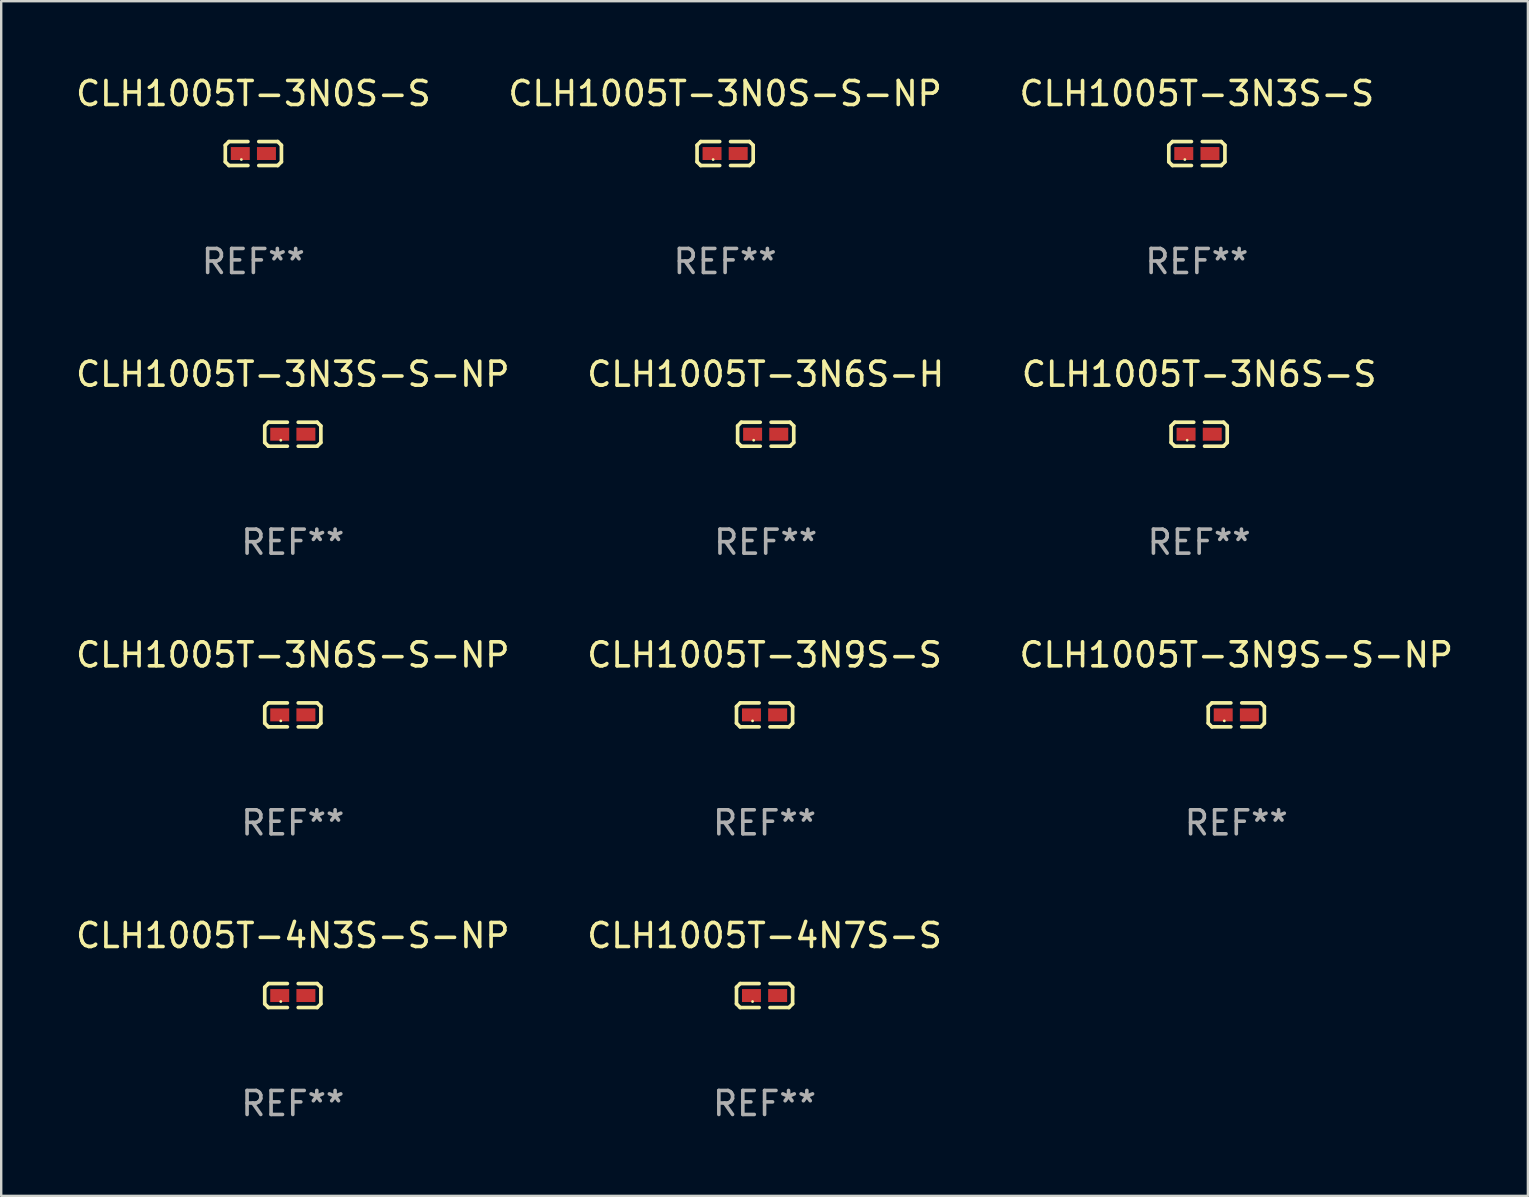
<source format=kicad_pcb>
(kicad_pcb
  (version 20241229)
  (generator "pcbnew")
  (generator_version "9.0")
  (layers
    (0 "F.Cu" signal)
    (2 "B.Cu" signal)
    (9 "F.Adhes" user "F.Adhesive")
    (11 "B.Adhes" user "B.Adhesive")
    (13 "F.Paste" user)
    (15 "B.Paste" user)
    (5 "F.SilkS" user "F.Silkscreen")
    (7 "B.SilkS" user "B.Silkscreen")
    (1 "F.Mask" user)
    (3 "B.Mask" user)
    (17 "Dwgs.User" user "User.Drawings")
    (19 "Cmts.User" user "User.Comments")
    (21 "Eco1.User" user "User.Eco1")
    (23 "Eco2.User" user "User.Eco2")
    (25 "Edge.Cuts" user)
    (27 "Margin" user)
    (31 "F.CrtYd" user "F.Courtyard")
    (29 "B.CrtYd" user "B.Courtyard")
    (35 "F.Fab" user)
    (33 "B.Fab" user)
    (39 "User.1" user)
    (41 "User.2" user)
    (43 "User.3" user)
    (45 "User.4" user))
  (footprint "CLH1005T-3N9S-S-NP"
    (layer "F.Cu")
    (at 48.458 26.734)
    (property "Reference" "CLH1005T-3N9S-S-NP" (at 0 -2.499 0) (layer "F.SilkS") (effects (font (size 1 1) (thickness 0.15))))
    (attr through_hole)
    (fp_line (start -1.169 -0.346) (end -1.016 -0.499) (stroke (width 0.152) (type solid)) (layer "F.SilkS"))
    (fp_line (start -1.169 0.346) (end -1.169 -0.346) (stroke (width 0.152) (type solid)) (layer "F.SilkS"))
    (fp_line (start -1.016 -0.499) (end -0.226 -0.499) (stroke (width 0.152) (type solid)) (layer "F.SilkS"))
    (fp_line (start -1.016 0.499) (end -1.169 0.346) (stroke (width 0.152) (type solid)) (layer "F.SilkS"))
    (fp_line (start -0.226 0.499) (end -1.016 0.499) (stroke (width 0.152) (type solid)) (layer "F.SilkS"))
    (fp_line (start 0.226 0.499) (end 1.016 0.499) (stroke (width 0.152) (type solid)) (layer "F.SilkS"))
    (fp_line (start 1.016 -0.499) (end 0.226 -0.499) (stroke (width 0.152) (type solid)) (layer "F.SilkS"))
    (fp_line (start 1.016 0.499) (end 1.169 0.346) (stroke (width 0.152) (type solid)) (layer "F.SilkS"))
    (fp_line (start 1.169 -0.346) (end 1.016 -0.499) (stroke (width 0.152) (type solid)) (layer "F.SilkS"))
    (fp_line (start 1.169 0.346) (end 1.169 -0.346) (stroke (width 0.152) (type solid)) (layer "F.SilkS"))
    (fp_circle (center -0.5 0.25) (end -0.47 0.25) (stroke (width 0.06) (type solid)) (fill no) (layer "F.SilkS"))
    (fp_text user "REF**" (at 0 4.499 0) (layer "F.Fab") (effects (font (size 1 1) (thickness 0.15))))
    (pad "1" smd rect (at -0.545 0) (size 0.79 0.54) (layers "F.Cu" "F.Mask" "F.Paste"))
    (pad "2" smd rect (at 0.545 0) (size 0.79 0.54) (layers "F.Cu" "F.Mask" "F.Paste")))
  (footprint "CLH1005T-4N7S-S"
    (layer "F.Cu")
    (at 28.804 38.428)
    (property "Reference" "CLH1005T-4N7S-S" (at 0 -2.499 0) (layer "F.SilkS") (effects (font (size 1 1) (thickness 0.15))))
    (attr through_hole)
    (fp_line (start -1.169 -0.346) (end -1.016 -0.499) (stroke (width 0.152) (type solid)) (layer "F.SilkS"))
    (fp_line (start -1.169 0.346) (end -1.169 -0.346) (stroke (width 0.152) (type solid)) (layer "F.SilkS"))
    (fp_line (start -1.016 -0.499) (end -0.226 -0.499) (stroke (width 0.152) (type solid)) (layer "F.SilkS"))
    (fp_line (start -1.016 0.499) (end -1.169 0.346) (stroke (width 0.152) (type solid)) (layer "F.SilkS"))
    (fp_line (start -0.226 0.499) (end -1.016 0.499) (stroke (width 0.152) (type solid)) (layer "F.SilkS"))
    (fp_line (start 0.226 0.499) (end 1.016 0.499) (stroke (width 0.152) (type solid)) (layer "F.SilkS"))
    (fp_line (start 1.016 -0.499) (end 0.226 -0.499) (stroke (width 0.152) (type solid)) (layer "F.SilkS"))
    (fp_line (start 1.016 0.499) (end 1.169 0.346) (stroke (width 0.152) (type solid)) (layer "F.SilkS"))
    (fp_line (start 1.169 -0.346) (end 1.016 -0.499) (stroke (width 0.152) (type solid)) (layer "F.SilkS"))
    (fp_line (start 1.169 0.346) (end 1.169 -0.346) (stroke (width 0.152) (type solid)) (layer "F.SilkS"))
    (fp_circle (center -0.5 0.25) (end -0.47 0.25) (stroke (width 0.06) (type solid)) (fill no) (layer "F.SilkS"))
    (fp_text user "REF**" (at 0 4.499 0) (layer "F.Fab") (effects (font (size 1 1) (thickness 0.15))))
    (pad "1" smd rect (at -0.545 0) (size 0.79 0.54) (layers "F.Cu" "F.Mask" "F.Paste"))
    (pad "2" smd rect (at 0.545 0) (size 0.79 0.54) (layers "F.Cu" "F.Mask" "F.Paste")))
  (footprint "CLH1005T-3N3S-S-NP"
    (layer "F.Cu")
    (at 9.149 15.041)
    (property "Reference" "CLH1005T-3N3S-S-NP" (at 0 -2.499 0) (layer "F.SilkS") (effects (font (size 1 1) (thickness 0.15))))
    (attr through_hole)
    (fp_line (start -1.169 -0.346) (end -1.016 -0.499) (stroke (width 0.152) (type solid)) (layer "F.SilkS"))
    (fp_line (start -1.169 0.346) (end -1.169 -0.346) (stroke (width 0.152) (type solid)) (layer "F.SilkS"))
    (fp_line (start -1.016 -0.499) (end -0.226 -0.499) (stroke (width 0.152) (type solid)) (layer "F.SilkS"))
    (fp_line (start -1.016 0.499) (end -1.169 0.346) (stroke (width 0.152) (type solid)) (layer "F.SilkS"))
    (fp_line (start -0.226 0.499) (end -1.016 0.499) (stroke (width 0.152) (type solid)) (layer "F.SilkS"))
    (fp_line (start 0.226 0.499) (end 1.016 0.499) (stroke (width 0.152) (type solid)) (layer "F.SilkS"))
    (fp_line (start 1.016 -0.499) (end 0.226 -0.499) (stroke (width 0.152) (type solid)) (layer "F.SilkS"))
    (fp_line (start 1.016 0.499) (end 1.169 0.346) (stroke (width 0.152) (type solid)) (layer "F.SilkS"))
    (fp_line (start 1.169 -0.346) (end 1.016 -0.499) (stroke (width 0.152) (type solid)) (layer "F.SilkS"))
    (fp_line (start 1.169 0.346) (end 1.169 -0.346) (stroke (width 0.152) (type solid)) (layer "F.SilkS"))
    (fp_circle (center -0.5 0.25) (end -0.47 0.25) (stroke (width 0.06) (type solid)) (fill no) (layer "F.SilkS"))
    (fp_text user "REF**" (at 0 4.499 0) (layer "F.Fab") (effects (font (size 1 1) (thickness 0.15))))
    (pad "1" smd rect (at -0.545 0) (size 0.79 0.54) (layers "F.Cu" "F.Mask" "F.Paste"))
    (pad "2" smd rect (at 0.545 0) (size 0.79 0.54) (layers "F.Cu" "F.Mask" "F.Paste")))
  (footprint "CLH1005T-4N3S-S-NP"
    (layer "F.Cu")
    (at 9.149 38.428)
    (property "Reference" "CLH1005T-4N3S-S-NP" (at 0 -2.499 0) (layer "F.SilkS") (effects (font (size 1 1) (thickness 0.15))))
    (attr through_hole)
    (fp_line (start -1.169 -0.346) (end -1.016 -0.499) (stroke (width 0.152) (type solid)) (layer "F.SilkS"))
    (fp_line (start -1.169 0.346) (end -1.169 -0.346) (stroke (width 0.152) (type solid)) (layer "F.SilkS"))
    (fp_line (start -1.016 -0.499) (end -0.226 -0.499) (stroke (width 0.152) (type solid)) (layer "F.SilkS"))
    (fp_line (start -1.016 0.499) (end -1.169 0.346) (stroke (width 0.152) (type solid)) (layer "F.SilkS"))
    (fp_line (start -0.226 0.499) (end -1.016 0.499) (stroke (width 0.152) (type solid)) (layer "F.SilkS"))
    (fp_line (start 0.226 0.499) (end 1.016 0.499) (stroke (width 0.152) (type solid)) (layer "F.SilkS"))
    (fp_line (start 1.016 -0.499) (end 0.226 -0.499) (stroke (width 0.152) (type solid)) (layer "F.SilkS"))
    (fp_line (start 1.016 0.499) (end 1.169 0.346) (stroke (width 0.152) (type solid)) (layer "F.SilkS"))
    (fp_line (start 1.169 -0.346) (end 1.016 -0.499) (stroke (width 0.152) (type solid)) (layer "F.SilkS"))
    (fp_line (start 1.169 0.346) (end 1.169 -0.346) (stroke (width 0.152) (type solid)) (layer "F.SilkS"))
    (fp_circle (center -0.5 0.25) (end -0.47 0.25) (stroke (width 0.06) (type solid)) (fill no) (layer "F.SilkS"))
    (fp_text user "REF**" (at 0 4.499 0) (layer "F.Fab") (effects (font (size 1 1) (thickness 0.15))))
    (pad "1" smd rect (at -0.545 0) (size 0.79 0.54) (layers "F.Cu" "F.Mask" "F.Paste"))
    (pad "2" smd rect (at 0.545 0) (size 0.79 0.54) (layers "F.Cu" "F.Mask" "F.Paste")))
  (footprint "CLH1005T-3N6S-S"
    (layer "F.Cu")
    (at 46.911 15.041)
    (property "Reference" "CLH1005T-3N6S-S" (at 0 -2.499 0) (layer "F.SilkS") (effects (font (size 1 1) (thickness 0.15))))
    (attr through_hole)
    (fp_line (start -1.169 -0.346) (end -1.016 -0.499) (stroke (width 0.152) (type solid)) (layer "F.SilkS"))
    (fp_line (start -1.169 0.346) (end -1.169 -0.346) (stroke (width 0.152) (type solid)) (layer "F.SilkS"))
    (fp_line (start -1.016 -0.499) (end -0.226 -0.499) (stroke (width 0.152) (type solid)) (layer "F.SilkS"))
    (fp_line (start -1.016 0.499) (end -1.169 0.346) (stroke (width 0.152) (type solid)) (layer "F.SilkS"))
    (fp_line (start -0.226 0.499) (end -1.016 0.499) (stroke (width 0.152) (type solid)) (layer "F.SilkS"))
    (fp_line (start 0.226 0.499) (end 1.016 0.499) (stroke (width 0.152) (type solid)) (layer "F.SilkS"))
    (fp_line (start 1.016 -0.499) (end 0.226 -0.499) (stroke (width 0.152) (type solid)) (layer "F.SilkS"))
    (fp_line (start 1.016 0.499) (end 1.169 0.346) (stroke (width 0.152) (type solid)) (layer "F.SilkS"))
    (fp_line (start 1.169 -0.346) (end 1.016 -0.499) (stroke (width 0.152) (type solid)) (layer "F.SilkS"))
    (fp_line (start 1.169 0.346) (end 1.169 -0.346) (stroke (width 0.152) (type solid)) (layer "F.SilkS"))
    (fp_circle (center -0.5 0.25) (end -0.47 0.25) (stroke (width 0.06) (type solid)) (fill no) (layer "F.SilkS"))
    (fp_text user "REF**" (at 0 4.499 0) (layer "F.Fab") (effects (font (size 1 1) (thickness 0.15))))
    (pad "1" smd rect (at -0.545 0) (size 0.79 0.54) (layers "F.Cu" "F.Mask" "F.Paste"))
    (pad "2" smd rect (at 0.545 0) (size 0.79 0.54) (layers "F.Cu" "F.Mask" "F.Paste")))
  (footprint "CLH1005T-3N9S-S"
    (layer "F.Cu")
    (at 28.804 26.734)
    (property "Reference" "CLH1005T-3N9S-S" (at 0 -2.499 0) (layer "F.SilkS") (effects (font (size 1 1) (thickness 0.15))))
    (attr through_hole)
    (fp_line (start -1.169 -0.346) (end -1.016 -0.499) (stroke (width 0.152) (type solid)) (layer "F.SilkS"))
    (fp_line (start -1.169 0.346) (end -1.169 -0.346) (stroke (width 0.152) (type solid)) (layer "F.SilkS"))
    (fp_line (start -1.016 -0.499) (end -0.226 -0.499) (stroke (width 0.152) (type solid)) (layer "F.SilkS"))
    (fp_line (start -1.016 0.499) (end -1.169 0.346) (stroke (width 0.152) (type solid)) (layer "F.SilkS"))
    (fp_line (start -0.226 0.499) (end -1.016 0.499) (stroke (width 0.152) (type solid)) (layer "F.SilkS"))
    (fp_line (start 0.226 0.499) (end 1.016 0.499) (stroke (width 0.152) (type solid)) (layer "F.SilkS"))
    (fp_line (start 1.016 -0.499) (end 0.226 -0.499) (stroke (width 0.152) (type solid)) (layer "F.SilkS"))
    (fp_line (start 1.016 0.499) (end 1.169 0.346) (stroke (width 0.152) (type solid)) (layer "F.SilkS"))
    (fp_line (start 1.169 -0.346) (end 1.016 -0.499) (stroke (width 0.152) (type solid)) (layer "F.SilkS"))
    (fp_line (start 1.169 0.346) (end 1.169 -0.346) (stroke (width 0.152) (type solid)) (layer "F.SilkS"))
    (fp_circle (center -0.5 0.25) (end -0.47 0.25) (stroke (width 0.06) (type solid)) (fill no) (layer "F.SilkS"))
    (fp_text user "REF**" (at 0 4.499 0) (layer "F.Fab") (effects (font (size 1 1) (thickness 0.15))))
    (pad "1" smd rect (at -0.545 0) (size 0.79 0.54) (layers "F.Cu" "F.Mask" "F.Paste"))
    (pad "2" smd rect (at 0.545 0) (size 0.79 0.54) (layers "F.Cu" "F.Mask" "F.Paste")))
  (footprint "CLH1005T-3N3S-S"
    (layer "F.Cu")
    (at 46.815 3.347)
    (property "Reference" "CLH1005T-3N3S-S" (at 0 -2.499 0) (layer "F.SilkS") (effects (font (size 1 1) (thickness 0.15))))
    (attr through_hole)
    (fp_line (start -1.169 -0.346) (end -1.016 -0.499) (stroke (width 0.152) (type solid)) (layer "F.SilkS"))
    (fp_line (start -1.169 0.346) (end -1.169 -0.346) (stroke (width 0.152) (type solid)) (layer "F.SilkS"))
    (fp_line (start -1.016 -0.499) (end -0.226 -0.499) (stroke (width 0.152) (type solid)) (layer "F.SilkS"))
    (fp_line (start -1.016 0.499) (end -1.169 0.346) (stroke (width 0.152) (type solid)) (layer "F.SilkS"))
    (fp_line (start -0.226 0.499) (end -1.016 0.499) (stroke (width 0.152) (type solid)) (layer "F.SilkS"))
    (fp_line (start 0.226 0.499) (end 1.016 0.499) (stroke (width 0.152) (type solid)) (layer "F.SilkS"))
    (fp_line (start 1.016 -0.499) (end 0.226 -0.499) (stroke (width 0.152) (type solid)) (layer "F.SilkS"))
    (fp_line (start 1.016 0.499) (end 1.169 0.346) (stroke (width 0.152) (type solid)) (layer "F.SilkS"))
    (fp_line (start 1.169 -0.346) (end 1.016 -0.499) (stroke (width 0.152) (type solid)) (layer "F.SilkS"))
    (fp_line (start 1.169 0.346) (end 1.169 -0.346) (stroke (width 0.152) (type solid)) (layer "F.SilkS"))
    (fp_circle (center -0.5 0.25) (end -0.47 0.25) (stroke (width 0.06) (type solid)) (fill no) (layer "F.SilkS"))
    (fp_text user "REF**" (at 0 4.499 0) (layer "F.Fab") (effects (font (size 1 1) (thickness 0.15))))
    (pad "1" smd rect (at -0.545 0) (size 0.79 0.54) (layers "F.Cu" "F.Mask" "F.Paste"))
    (pad "2" smd rect (at 0.545 0) (size 0.79 0.54) (layers "F.Cu" "F.Mask" "F.Paste")))
  (footprint "CLH1005T-3N0S-S-NP"
    (layer "F.Cu")
    (at 27.161 3.347)
    (property "Reference" "CLH1005T-3N0S-S-NP" (at 0 -2.499 0) (layer "F.SilkS") (effects (font (size 1 1) (thickness 0.15))))
    (attr through_hole)
    (fp_line (start -1.169 -0.346) (end -1.016 -0.499) (stroke (width 0.152) (type solid)) (layer "F.SilkS"))
    (fp_line (start -1.169 0.346) (end -1.169 -0.346) (stroke (width 0.152) (type solid)) (layer "F.SilkS"))
    (fp_line (start -1.016 -0.499) (end -0.226 -0.499) (stroke (width 0.152) (type solid)) (layer "F.SilkS"))
    (fp_line (start -1.016 0.499) (end -1.169 0.346) (stroke (width 0.152) (type solid)) (layer "F.SilkS"))
    (fp_line (start -0.226 0.499) (end -1.016 0.499) (stroke (width 0.152) (type solid)) (layer "F.SilkS"))
    (fp_line (start 0.226 0.499) (end 1.016 0.499) (stroke (width 0.152) (type solid)) (layer "F.SilkS"))
    (fp_line (start 1.016 -0.499) (end 0.226 -0.499) (stroke (width 0.152) (type solid)) (layer "F.SilkS"))
    (fp_line (start 1.016 0.499) (end 1.169 0.346) (stroke (width 0.152) (type solid)) (layer "F.SilkS"))
    (fp_line (start 1.169 -0.346) (end 1.016 -0.499) (stroke (width 0.152) (type solid)) (layer "F.SilkS"))
    (fp_line (start 1.169 0.346) (end 1.169 -0.346) (stroke (width 0.152) (type solid)) (layer "F.SilkS"))
    (fp_circle (center -0.5 0.25) (end -0.47 0.25) (stroke (width 0.06) (type solid)) (fill no) (layer "F.SilkS"))
    (fp_text user "REF**" (at 0 4.499 0) (layer "F.Fab") (effects (font (size 1 1) (thickness 0.15))))
    (pad "1" smd rect (at -0.545 0) (size 0.79 0.54) (layers "F.Cu" "F.Mask" "F.Paste"))
    (pad "2" smd rect (at 0.545 0) (size 0.79 0.54) (layers "F.Cu" "F.Mask" "F.Paste")))
  (footprint "CLH1005T-3N6S-H"
    (layer "F.Cu")
    (at 28.851 15.041)
    (property "Reference" "CLH1005T-3N6S-H" (at 0 -2.499 0) (layer "F.SilkS") (effects (font (size 1 1) (thickness 0.15))))
    (attr through_hole)
    (fp_line (start -1.169 -0.346) (end -1.016 -0.499) (stroke (width 0.152) (type solid)) (layer "F.SilkS"))
    (fp_line (start -1.169 0.346) (end -1.169 -0.346) (stroke (width 0.152) (type solid)) (layer "F.SilkS"))
    (fp_line (start -1.016 -0.499) (end -0.226 -0.499) (stroke (width 0.152) (type solid)) (layer "F.SilkS"))
    (fp_line (start -1.016 0.499) (end -1.169 0.346) (stroke (width 0.152) (type solid)) (layer "F.SilkS"))
    (fp_line (start -0.226 0.499) (end -1.016 0.499) (stroke (width 0.152) (type solid)) (layer "F.SilkS"))
    (fp_line (start 0.226 0.499) (end 1.016 0.499) (stroke (width 0.152) (type solid)) (layer "F.SilkS"))
    (fp_line (start 1.016 -0.499) (end 0.226 -0.499) (stroke (width 0.152) (type solid)) (layer "F.SilkS"))
    (fp_line (start 1.016 0.499) (end 1.169 0.346) (stroke (width 0.152) (type solid)) (layer "F.SilkS"))
    (fp_line (start 1.169 -0.346) (end 1.016 -0.499) (stroke (width 0.152) (type solid)) (layer "F.SilkS"))
    (fp_line (start 1.169 0.346) (end 1.169 -0.346) (stroke (width 0.152) (type solid)) (layer "F.SilkS"))
    (fp_circle (center -0.5 0.25) (end -0.47 0.25) (stroke (width 0.06) (type solid)) (fill no) (layer "F.SilkS"))
    (fp_text user "REF**" (at 0 4.499 0) (layer "F.Fab") (effects (font (size 1 1) (thickness 0.15))))
    (pad "1" smd rect (at -0.545 0) (size 0.79 0.54) (layers "F.Cu" "F.Mask" "F.Paste"))
    (pad "2" smd rect (at 0.545 0) (size 0.79 0.54) (layers "F.Cu" "F.Mask" "F.Paste")))
  (footprint "CLH1005T-3N0S-S"
    (layer "F.Cu")
    (at 7.506 3.347)
    (property "Reference" "CLH1005T-3N0S-S" (at 0 -2.499 0) (layer "F.SilkS") (effects (font (size 1 1) (thickness 0.15))))
    (attr through_hole)
    (fp_line (start -1.169 -0.346) (end -1.016 -0.499) (stroke (width 0.152) (type solid)) (layer "F.SilkS"))
    (fp_line (start -1.169 0.346) (end -1.169 -0.346) (stroke (width 0.152) (type solid)) (layer "F.SilkS"))
    (fp_line (start -1.016 -0.499) (end -0.226 -0.499) (stroke (width 0.152) (type solid)) (layer "F.SilkS"))
    (fp_line (start -1.016 0.499) (end -1.169 0.346) (stroke (width 0.152) (type solid)) (layer "F.SilkS"))
    (fp_line (start -0.226 0.499) (end -1.016 0.499) (stroke (width 0.152) (type solid)) (layer "F.SilkS"))
    (fp_line (start 0.226 0.499) (end 1.016 0.499) (stroke (width 0.152) (type solid)) (layer "F.SilkS"))
    (fp_line (start 1.016 -0.499) (end 0.226 -0.499) (stroke (width 0.152) (type solid)) (layer "F.SilkS"))
    (fp_line (start 1.016 0.499) (end 1.169 0.346) (stroke (width 0.152) (type solid)) (layer "F.SilkS"))
    (fp_line (start 1.169 -0.346) (end 1.016 -0.499) (stroke (width 0.152) (type solid)) (layer "F.SilkS"))
    (fp_line (start 1.169 0.346) (end 1.169 -0.346) (stroke (width 0.152) (type solid)) (layer "F.SilkS"))
    (fp_circle (center -0.5 0.25) (end -0.47 0.25) (stroke (width 0.06) (type solid)) (fill no) (layer "F.SilkS"))
    (fp_text user "REF**" (at 0 4.499 0) (layer "F.Fab") (effects (font (size 1 1) (thickness 0.15))))
    (pad "1" smd rect (at -0.545 0) (size 0.79 0.54) (layers "F.Cu" "F.Mask" "F.Paste"))
    (pad "2" smd rect (at 0.545 0) (size 0.79 0.54) (layers "F.Cu" "F.Mask" "F.Paste")))
  (footprint "CLH1005T-3N6S-S-NP"
    (layer "F.Cu")
    (at 9.149 26.734)
    (property "Reference" "CLH1005T-3N6S-S-NP" (at 0 -2.499 0) (layer "F.SilkS") (effects (font (size 1 1) (thickness 0.15))))
    (attr through_hole)
    (fp_line (start -1.169 -0.346) (end -1.016 -0.499) (stroke (width 0.152) (type solid)) (layer "F.SilkS"))
    (fp_line (start -1.169 0.346) (end -1.169 -0.346) (stroke (width 0.152) (type solid)) (layer "F.SilkS"))
    (fp_line (start -1.016 -0.499) (end -0.226 -0.499) (stroke (width 0.152) (type solid)) (layer "F.SilkS"))
    (fp_line (start -1.016 0.499) (end -1.169 0.346) (stroke (width 0.152) (type solid)) (layer "F.SilkS"))
    (fp_line (start -0.226 0.499) (end -1.016 0.499) (stroke (width 0.152) (type solid)) (layer "F.SilkS"))
    (fp_line (start 0.226 0.499) (end 1.016 0.499) (stroke (width 0.152) (type solid)) (layer "F.SilkS"))
    (fp_line (start 1.016 -0.499) (end 0.226 -0.499) (stroke (width 0.152) (type solid)) (layer "F.SilkS"))
    (fp_line (start 1.016 0.499) (end 1.169 0.346) (stroke (width 0.152) (type solid)) (layer "F.SilkS"))
    (fp_line (start 1.169 -0.346) (end 1.016 -0.499) (stroke (width 0.152) (type solid)) (layer "F.SilkS"))
    (fp_line (start 1.169 0.346) (end 1.169 -0.346) (stroke (width 0.152) (type solid)) (layer "F.SilkS"))
    (fp_circle (center -0.5 0.25) (end -0.47 0.25) (stroke (width 0.06) (type solid)) (fill no) (layer "F.SilkS"))
    (fp_text user "REF**" (at 0 4.499 0) (layer "F.Fab") (effects (font (size 1 1) (thickness 0.15))))
    (pad "1" smd rect (at -0.545 0) (size 0.79 0.54) (layers "F.Cu" "F.Mask" "F.Paste"))
    (pad "2" smd rect (at 0.545 0) (size 0.79 0.54) (layers "F.Cu" "F.Mask" "F.Paste")))
  (gr_rect
    (start -3 -3)
    (end 60.607 46.775)
    (stroke (width 0.1) (type default))
    (fill no)
    (layer "Edge.Cuts")))
</source>
